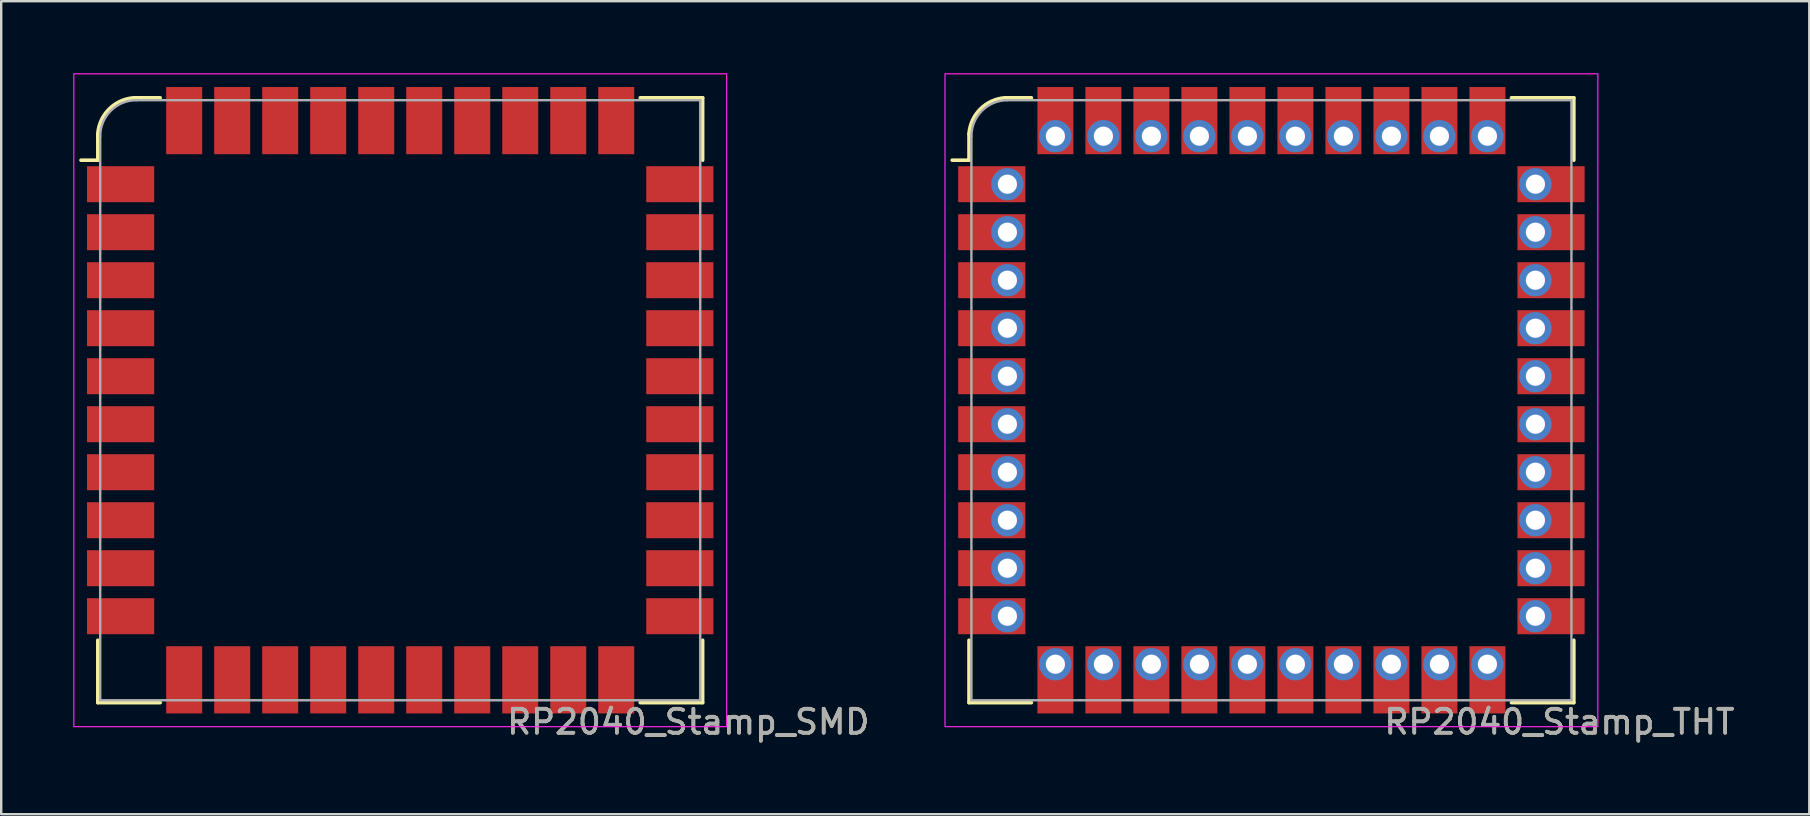
<source format=kicad_pcb>
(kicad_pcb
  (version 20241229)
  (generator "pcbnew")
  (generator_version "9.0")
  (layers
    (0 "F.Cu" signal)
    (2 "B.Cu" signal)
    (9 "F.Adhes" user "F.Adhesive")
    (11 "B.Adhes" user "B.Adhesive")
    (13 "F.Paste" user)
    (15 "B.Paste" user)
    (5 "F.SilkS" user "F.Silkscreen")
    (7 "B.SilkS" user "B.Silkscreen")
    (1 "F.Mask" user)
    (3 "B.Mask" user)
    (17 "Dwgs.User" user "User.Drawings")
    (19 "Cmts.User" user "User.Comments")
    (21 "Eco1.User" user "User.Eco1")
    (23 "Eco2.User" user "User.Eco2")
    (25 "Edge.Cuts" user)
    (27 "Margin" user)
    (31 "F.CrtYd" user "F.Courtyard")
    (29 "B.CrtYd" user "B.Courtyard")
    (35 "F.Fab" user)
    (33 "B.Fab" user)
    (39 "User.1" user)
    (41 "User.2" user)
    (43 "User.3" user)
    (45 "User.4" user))
  (footprint "RP2040_Stamp_THT"
    (layer "F.Cu")
    (at 49.923 13.625)
    (property "Reference" "RP2040_Stamp_THT" (at 12 13.4 0) (unlocked yes) (layer "F.SilkS") (effects (font (size 1 1) (thickness 0.15))))
    (attr through_hole)
    (fp_line (start -12.6 -10) (end -13.3 -10) (stroke (width 0.15) (type solid)) (layer "F.SilkS"))
    (fp_line (start -12.6 -10) (end -12.6 -11.1) (stroke (width 0.15) (type solid)) (layer "F.SilkS"))
    (fp_line (start -12.6 12.6) (end -12.6 10) (stroke (width 0.15) (type solid)) (layer "F.SilkS"))
    (fp_line (start -11.1 -12.6) (end -10 -12.6) (stroke (width 0.15) (type solid)) (layer "F.SilkS"))
    (fp_line (start -10 12.6) (end -12.6 12.6) (stroke (width 0.15) (type solid)) (layer "F.SilkS"))
    (fp_line (start 10 -12.6) (end 12.6 -12.6) (stroke (width 0.15) (type solid)) (layer "F.SilkS"))
    (fp_line (start 12.6 -12.6) (end 12.6 -10) (stroke (width 0.15) (type solid)) (layer "F.SilkS"))
    (fp_line (start 12.6 10) (end 12.6 12.6) (stroke (width 0.15) (type solid)) (layer "F.SilkS"))
    (fp_line (start 12.6 12.6) (end 10 12.6) (stroke (width 0.15) (type solid)) (layer "F.SilkS"))
    (fp_arc (start -12.6 -11.1) (mid -12.129432 -12.129432) (end -11.1 -12.6) (stroke (width 0.15) (type solid)) (layer "F.SilkS"))
    (fp_rect (start -13.6 -13.6) (end 13.6 13.6) (stroke (width 0.05) (type solid)) (fill no) (layer "F.CrtYd"))
    (fp_line (start -12.5 12.5) (end -12.5 -11) (stroke (width 0.1) (type solid)) (layer "F.Fab"))
    (fp_line (start -11 -12.5) (end 12.5 -12.5) (stroke (width 0.1) (type solid)) (layer "F.Fab"))
    (fp_line (start 12.5 -12.5) (end 12.5 12.5) (stroke (width 0.1) (type solid)) (layer "F.Fab"))
    (fp_line (start 12.5 12.5) (end -12.5 12.5) (stroke (width 0.1) (type solid)) (layer "F.Fab"))
    (fp_arc (start -12.500003 -11.000003) (mid -12.060661 -12.060662) (end -11 -12.5) (stroke (width 0.1) (type solid)) (layer "F.Fab"))
    (fp_text user "${REFERENCE}" (at 12 13.4 0) (unlocked yes) (layer "F.Fab") (effects (font (size 1 1) (thickness 0.15))))
    (pad "1" smd rect (at -11.65 -9) (size 2.8 1.5) (layers "F.Cu" "F.Mask" "F.Paste"))
    (pad "1" thru_hole circle (at -11 -9) (size 1.35 1.35) (drill 0.8) (layers "*.Cu" "*.Mask"))
    (pad "2" smd rect (at -11.65 -7) (size 2.8 1.5) (layers "F.Cu" "F.Mask" "F.Paste"))
    (pad "2" thru_hole oval (at -11 -7) (size 1.35 1.35) (drill 0.8) (layers "*.Cu" "*.Mask"))
    (pad "3" smd rect (at -11.65 -5) (size 2.8 1.5) (layers "F.Cu" "F.Mask" "F.Paste"))
    (pad "3" thru_hole oval (at -11 -5) (size 1.35 1.35) (drill 0.8) (layers "*.Cu" "*.Mask"))
    (pad "4" smd rect (at -11.65 -3) (size 2.8 1.5) (layers "F.Cu" "F.Mask" "F.Paste"))
    (pad "4" thru_hole oval (at -11 -3) (size 1.35 1.35) (drill 0.8) (layers "*.Cu" "*.Mask"))
    (pad "5" smd rect (at -11.65 -1) (size 2.8 1.5) (layers "F.Cu" "F.Mask" "F.Paste"))
    (pad "5" thru_hole oval (at -11 -1) (size 1.35 1.35) (drill 0.8) (layers "*.Cu" "*.Mask"))
    (pad "6" smd rect (at -11.65 1) (size 2.8 1.5) (layers "F.Cu" "F.Mask" "F.Paste"))
    (pad "6" thru_hole oval (at -11 1) (size 1.35 1.35) (drill 0.8) (layers "*.Cu" "*.Mask"))
    (pad "7" smd rect (at -11.65 3) (size 2.8 1.5) (layers "F.Cu" "F.Mask" "F.Paste"))
    (pad "7" thru_hole oval (at -11 3) (size 1.35 1.35) (drill 0.8) (layers "*.Cu" "*.Mask"))
    (pad "8" smd rect (at -11.65 5) (size 2.8 1.5) (layers "F.Cu" "F.Mask" "F.Paste"))
    (pad "8" thru_hole oval (at -11 5) (size 1.35 1.35) (drill 0.8) (layers "*.Cu" "*.Mask"))
    (pad "9" smd rect (at -11.65 7) (size 2.8 1.5) (layers "F.Cu" "F.Mask" "F.Paste"))
    (pad "9" thru_hole oval (at -11 7) (size 1.35 1.35) (drill 0.8) (layers "*.Cu" "*.Mask"))
    (pad "10" smd rect (at -11.65 9) (size 2.8 1.5) (layers "F.Cu" "F.Mask" "F.Paste"))
    (pad "10" thru_hole oval (at -11 9) (size 1.35 1.35) (drill 0.8) (layers "*.Cu" "*.Mask"))
    (pad "11" thru_hole oval (at -9 11) (size 1.35 1.35) (drill 0.8) (layers "*.Cu" "*.Mask"))
    (pad "11" smd rect (at -9 11.65 270) (size 2.8 1.5) (layers "F.Cu" "F.Mask" "F.Paste"))
    (pad "12" thru_hole oval (at -7 11) (size 1.35 1.35) (drill 0.8) (layers "*.Cu" "*.Mask"))
    (pad "12" smd rect (at -7 11.65 270) (size 2.8 1.5) (layers "F.Cu" "F.Mask" "F.Paste"))
    (pad "13" thru_hole oval (at -5 11) (size 1.35 1.35) (drill 0.8) (layers "*.Cu" "*.Mask"))
    (pad "13" smd rect (at -5 11.65 270) (size 2.8 1.5) (layers "F.Cu" "F.Mask" "F.Paste"))
    (pad "14" thru_hole oval (at -3 11) (size 1.35 1.35) (drill 0.8) (layers "*.Cu" "*.Mask"))
    (pad "14" smd rect (at -3 11.65 270) (size 2.8 1.5) (layers "F.Cu" "F.Mask" "F.Paste"))
    (pad "15" thru_hole oval (at -1 11) (size 1.35 1.35) (drill 0.8) (layers "*.Cu" "*.Mask"))
    (pad "15" smd rect (at -1 11.65 270) (size 2.8 1.5) (layers "F.Cu" "F.Mask" "F.Paste"))
    (pad "16" thru_hole oval (at 1 11) (size 1.35 1.35) (drill 0.8) (layers "*.Cu" "*.Mask"))
    (pad "16" smd rect (at 1 11.65 270) (size 2.8 1.5) (layers "F.Cu" "F.Mask" "F.Paste"))
    (pad "17" thru_hole oval (at 3 11) (size 1.35 1.35) (drill 0.8) (layers "*.Cu" "*.Mask"))
    (pad "17" smd rect (at 3 11.65 270) (size 2.8 1.5) (layers "F.Cu" "F.Mask" "F.Paste"))
    (pad "18" thru_hole oval (at 5 11) (size 1.35 1.35) (drill 0.8) (layers "*.Cu" "*.Mask"))
    (pad "18" smd rect (at 5 11.65 270) (size 2.8 1.5) (layers "F.Cu" "F.Mask" "F.Paste"))
    (pad "19" thru_hole oval (at 7 11) (size 1.35 1.35) (drill 0.8) (layers "*.Cu" "*.Mask"))
    (pad "19" smd rect (at 7 11.65 270) (size 2.8 1.5) (layers "F.Cu" "F.Mask" "F.Paste"))
    (pad "20" thru_hole oval (at 9 11) (size 1.35 1.35) (drill 0.8) (layers "*.Cu" "*.Mask"))
    (pad "20" smd rect (at 9 11.65 270) (size 2.8 1.5) (layers "F.Cu" "F.Mask" "F.Paste"))
    (pad "21" thru_hole oval (at 11 9) (size 1.35 1.35) (drill 0.8) (layers "*.Cu" "*.Mask"))
    (pad "21" smd rect (at 11.65 9) (size 2.8 1.5) (layers "F.Cu" "F.Mask" "F.Paste"))
    (pad "22" thru_hole oval (at 11 7) (size 1.35 1.35) (drill 0.8) (layers "*.Cu" "*.Mask"))
    (pad "22" smd rect (at 11.65 7) (size 2.8 1.5) (layers "F.Cu" "F.Mask" "F.Paste"))
    (pad "23" thru_hole oval (at 11 5) (size 1.35 1.35) (drill 0.8) (layers "*.Cu" "*.Mask"))
    (pad "23" smd rect (at 11.65 5) (size 2.8 1.5) (layers "F.Cu" "F.Mask" "F.Paste"))
    (pad "24" thru_hole oval (at 11 3) (size 1.35 1.35) (drill 0.8) (layers "*.Cu" "*.Mask"))
    (pad "24" smd rect (at 11.65 3) (size 2.8 1.5) (layers "F.Cu" "F.Mask" "F.Paste"))
    (pad "25" thru_hole oval (at 11 1) (size 1.35 1.35) (drill 0.8) (layers "*.Cu" "*.Mask"))
    (pad "25" smd rect (at 11.65 1) (size 2.8 1.5) (layers "F.Cu" "F.Mask" "F.Paste"))
    (pad "26" thru_hole oval (at 11 -1) (size 1.35 1.35) (drill 0.8) (layers "*.Cu" "*.Mask"))
    (pad "26" smd rect (at 11.65 -1) (size 2.8 1.5) (layers "F.Cu" "F.Mask" "F.Paste"))
    (pad "27" thru_hole oval (at 11 -3) (size 1.35 1.35) (drill 0.8) (layers "*.Cu" "*.Mask"))
    (pad "27" smd rect (at 11.65 -3) (size 2.8 1.5) (layers "F.Cu" "F.Mask" "F.Paste"))
    (pad "28" thru_hole oval (at 11 -5) (size 1.35 1.35) (drill 0.8) (layers "*.Cu" "*.Mask"))
    (pad "28" smd rect (at 11.65 -5) (size 2.8 1.5) (layers "F.Cu" "F.Mask" "F.Paste"))
    (pad "29" thru_hole oval (at 11 -7) (size 1.35 1.35) (drill 0.8) (layers "*.Cu" "*.Mask"))
    (pad "29" smd rect (at 11.65 -7) (size 2.8 1.5) (layers "F.Cu" "F.Mask" "F.Paste"))
    (pad "30" thru_hole oval (at 11 -9) (size 1.35 1.35) (drill 0.8) (layers "*.Cu" "*.Mask"))
    (pad "30" smd rect (at 11.65 -9) (size 2.8 1.5) (layers "F.Cu" "F.Mask" "F.Paste"))
    (pad "31" smd rect (at 9 -11.65 270) (size 2.8 1.5) (layers "F.Cu" "F.Mask" "F.Paste"))
    (pad "31" thru_hole oval (at 9 -11) (size 1.35 1.35) (drill 0.8) (layers "*.Cu" "*.Mask"))
    (pad "32" smd rect (at 7 -11.65 270) (size 2.8 1.5) (layers "F.Cu" "F.Mask" "F.Paste"))
    (pad "32" thru_hole oval (at 7 -11) (size 1.35 1.35) (drill 0.8) (layers "*.Cu" "*.Mask"))
    (pad "33" smd rect (at 5 -11.65 270) (size 2.8 1.5) (layers "F.Cu" "F.Mask" "F.Paste"))
    (pad "33" thru_hole oval (at 5 -11) (size 1.35 1.35) (drill 0.8) (layers "*.Cu" "*.Mask"))
    (pad "34" smd rect (at 3 -11.65 270) (size 2.8 1.5) (layers "F.Cu" "F.Mask" "F.Paste"))
    (pad "34" thru_hole oval (at 3 -11) (size 1.35 1.35) (drill 0.8) (layers "*.Cu" "*.Mask"))
    (pad "35" smd rect (at 1 -11.65 270) (size 2.8 1.5) (layers "F.Cu" "F.Mask" "F.Paste"))
    (pad "35" thru_hole oval (at 1 -11) (size 1.35 1.35) (drill 0.8) (layers "*.Cu" "*.Mask"))
    (pad "36" smd rect (at -1 -11.65 270) (size 2.8 1.5) (layers "F.Cu" "F.Mask" "F.Paste"))
    (pad "36" thru_hole oval (at -1 -11) (size 1.35 1.35) (drill 0.8) (layers "*.Cu" "*.Mask"))
    (pad "37" smd rect (at -3 -11.65 270) (size 2.8 1.5) (layers "F.Cu" "F.Mask" "F.Paste"))
    (pad "37" thru_hole oval (at -3 -11) (size 1.35 1.35) (drill 0.8) (layers "*.Cu" "*.Mask"))
    (pad "38" smd rect (at -5 -11.65 270) (size 2.8 1.5) (layers "F.Cu" "F.Mask" "F.Paste"))
    (pad "38" thru_hole oval (at -5 -11) (size 1.35 1.35) (drill 0.8) (layers "*.Cu" "*.Mask"))
    (pad "39" smd rect (at -7 -11.65 270) (size 2.8 1.5) (layers "F.Cu" "F.Mask" "F.Paste"))
    (pad "39" thru_hole oval (at -7 -11) (size 1.35 1.35) (drill 0.8) (layers "*.Cu" "*.Mask"))
    (pad "40" smd rect (at -9 -11.65 270) (size 2.8 1.5) (layers "F.Cu" "F.Mask" "F.Paste"))
    (pad "40" thru_hole oval (at -9 -11) (size 1.35 1.35) (drill 0.8) (layers "*.Cu" "*.Mask")))
  (footprint "RP2040_Stamp_SMD"
    (layer "F.Cu")
    (at 13.625 13.625)
    (property "Reference" "RP2040_Stamp_SMD" (at 12 13.4 0) (unlocked yes) (layer "F.SilkS") (effects (font (size 1 1) (thickness 0.15))))
    (attr through_hole)
    (fp_line (start -12.6 -10) (end -13.3 -10) (stroke (width 0.15) (type solid)) (layer "F.SilkS"))
    (fp_line (start -12.6 -10) (end -12.6 -11.1) (stroke (width 0.15) (type solid)) (layer "F.SilkS"))
    (fp_line (start -12.6 12.6) (end -12.6 10) (stroke (width 0.15) (type solid)) (layer "F.SilkS"))
    (fp_line (start -11.1 -12.6) (end -10 -12.6) (stroke (width 0.15) (type solid)) (layer "F.SilkS"))
    (fp_line (start -10 12.6) (end -12.6 12.6) (stroke (width 0.15) (type solid)) (layer "F.SilkS"))
    (fp_line (start 10 -12.6) (end 12.6 -12.6) (stroke (width 0.15) (type solid)) (layer "F.SilkS"))
    (fp_line (start 12.6 -12.6) (end 12.6 -10) (stroke (width 0.15) (type solid)) (layer "F.SilkS"))
    (fp_line (start 12.6 10) (end 12.6 12.6) (stroke (width 0.15) (type solid)) (layer "F.SilkS"))
    (fp_line (start 12.6 12.6) (end 10 12.6) (stroke (width 0.15) (type solid)) (layer "F.SilkS"))
    (fp_arc (start -12.6 -11.1) (mid -12.129432 -12.129432) (end -11.1 -12.6) (stroke (width 0.15) (type solid)) (layer "F.SilkS"))
    (fp_rect (start -13.6 -13.6) (end 13.6 13.6) (stroke (width 0.05) (type solid)) (fill no) (layer "F.CrtYd"))
    (fp_line (start -12.5 12.5) (end -12.5 -11) (stroke (width 0.1) (type solid)) (layer "F.Fab"))
    (fp_line (start -11 -12.5) (end 12.5 -12.5) (stroke (width 0.1) (type solid)) (layer "F.Fab"))
    (fp_line (start 12.5 -12.5) (end 12.5 12.5) (stroke (width 0.1) (type solid)) (layer "F.Fab"))
    (fp_line (start 12.5 12.5) (end -12.5 12.5) (stroke (width 0.1) (type solid)) (layer "F.Fab"))
    (fp_arc (start -12.500003 -11.000003) (mid -12.060661 -12.060662) (end -11 -12.5) (stroke (width 0.1) (type solid)) (layer "F.Fab"))
    (fp_text user "${REFERENCE}" (at 12 13.4 0) (unlocked yes) (layer "F.Fab") (effects (font (size 1 1) (thickness 0.15))))
    (pad "1" smd rect (at -11.65 -9) (size 2.8 1.5) (layers "F.Cu" "F.Mask" "F.Paste"))
    (pad "2" smd rect (at -11.65 -7) (size 2.8 1.5) (layers "F.Cu" "F.Mask" "F.Paste"))
    (pad "3" smd rect (at -11.65 -5) (size 2.8 1.5) (layers "F.Cu" "F.Mask" "F.Paste"))
    (pad "4" smd rect (at -11.65 -3) (size 2.8 1.5) (layers "F.Cu" "F.Mask" "F.Paste"))
    (pad "5" smd rect (at -11.65 -1) (size 2.8 1.5) (layers "F.Cu" "F.Mask" "F.Paste"))
    (pad "6" smd rect (at -11.65 1) (size 2.8 1.5) (layers "F.Cu" "F.Mask" "F.Paste"))
    (pad "7" smd rect (at -11.65 3) (size 2.8 1.5) (layers "F.Cu" "F.Mask" "F.Paste"))
    (pad "8" smd rect (at -11.65 5) (size 2.8 1.5) (layers "F.Cu" "F.Mask" "F.Paste"))
    (pad "9" smd rect (at -11.65 7) (size 2.8 1.5) (layers "F.Cu" "F.Mask" "F.Paste"))
    (pad "10" smd rect (at -11.65 9) (size 2.8 1.5) (layers "F.Cu" "F.Mask" "F.Paste"))
    (pad "11" smd rect (at -9 11.65 270) (size 2.8 1.5) (layers "F.Cu" "F.Mask" "F.Paste"))
    (pad "12" smd rect (at -7 11.65 270) (size 2.8 1.5) (layers "F.Cu" "F.Mask" "F.Paste"))
    (pad "13" smd rect (at -5 11.65 270) (size 2.8 1.5) (layers "F.Cu" "F.Mask" "F.Paste"))
    (pad "14" smd rect (at -3 11.65 270) (size 2.8 1.5) (layers "F.Cu" "F.Mask" "F.Paste"))
    (pad "15" smd rect (at -1 11.65 270) (size 2.8 1.5) (layers "F.Cu" "F.Mask" "F.Paste"))
    (pad "16" smd rect (at 1 11.65 270) (size 2.8 1.5) (layers "F.Cu" "F.Mask" "F.Paste"))
    (pad "17" smd rect (at 3 11.65 270) (size 2.8 1.5) (layers "F.Cu" "F.Mask" "F.Paste"))
    (pad "18" smd rect (at 5 11.65 270) (size 2.8 1.5) (layers "F.Cu" "F.Mask" "F.Paste"))
    (pad "19" smd rect (at 7 11.65 270) (size 2.8 1.5) (layers "F.Cu" "F.Mask" "F.Paste"))
    (pad "20" smd rect (at 9 11.65 270) (size 2.8 1.5) (layers "F.Cu" "F.Mask" "F.Paste"))
    (pad "21" smd rect (at 11.65 9) (size 2.8 1.5) (layers "F.Cu" "F.Mask" "F.Paste"))
    (pad "22" smd rect (at 11.65 7) (size 2.8 1.5) (layers "F.Cu" "F.Mask" "F.Paste"))
    (pad "23" smd rect (at 11.65 5) (size 2.8 1.5) (layers "F.Cu" "F.Mask" "F.Paste"))
    (pad "24" smd rect (at 11.65 3) (size 2.8 1.5) (layers "F.Cu" "F.Mask" "F.Paste"))
    (pad "25" smd rect (at 11.65 1) (size 2.8 1.5) (layers "F.Cu" "F.Mask" "F.Paste"))
    (pad "26" smd rect (at 11.65 -1) (size 2.8 1.5) (layers "F.Cu" "F.Mask" "F.Paste"))
    (pad "27" smd rect (at 11.65 -3) (size 2.8 1.5) (layers "F.Cu" "F.Mask" "F.Paste"))
    (pad "28" smd rect (at 11.65 -5) (size 2.8 1.5) (layers "F.Cu" "F.Mask" "F.Paste"))
    (pad "29" smd rect (at 11.65 -7) (size 2.8 1.5) (layers "F.Cu" "F.Mask" "F.Paste"))
    (pad "30" smd rect (at 11.65 -9) (size 2.8 1.5) (layers "F.Cu" "F.Mask" "F.Paste"))
    (pad "31" smd rect (at 9 -11.65 270) (size 2.8 1.5) (layers "F.Cu" "F.Mask" "F.Paste"))
    (pad "32" smd rect (at 7 -11.65 270) (size 2.8 1.5) (layers "F.Cu" "F.Mask" "F.Paste"))
    (pad "33" smd rect (at 5 -11.65 270) (size 2.8 1.5) (layers "F.Cu" "F.Mask" "F.Paste"))
    (pad "34" smd rect (at 3 -11.65 270) (size 2.8 1.5) (layers "F.Cu" "F.Mask" "F.Paste"))
    (pad "35" smd rect (at 1 -11.65 270) (size 2.8 1.5) (layers "F.Cu" "F.Mask" "F.Paste"))
    (pad "36" smd rect (at -1 -11.65 270) (size 2.8 1.5) (layers "F.Cu" "F.Mask" "F.Paste"))
    (pad "37" smd rect (at -3 -11.65 270) (size 2.8 1.5) (layers "F.Cu" "F.Mask" "F.Paste"))
    (pad "38" smd rect (at -5 -11.65 270) (size 2.8 1.5) (layers "F.Cu" "F.Mask" "F.Paste"))
    (pad "39" smd rect (at -7 -11.65 270) (size 2.8 1.5) (layers "F.Cu" "F.Mask" "F.Paste"))
    (pad "40" smd rect (at -9 -11.65 270) (size 2.8 1.5) (layers "F.Cu" "F.Mask" "F.Paste")))
  (gr_rect
    (start -3 -3)
    (end 72.333 30.873)
    (stroke (width 0.1) (type default))
    (fill no)
    (layer "Edge.Cuts")))
</source>
